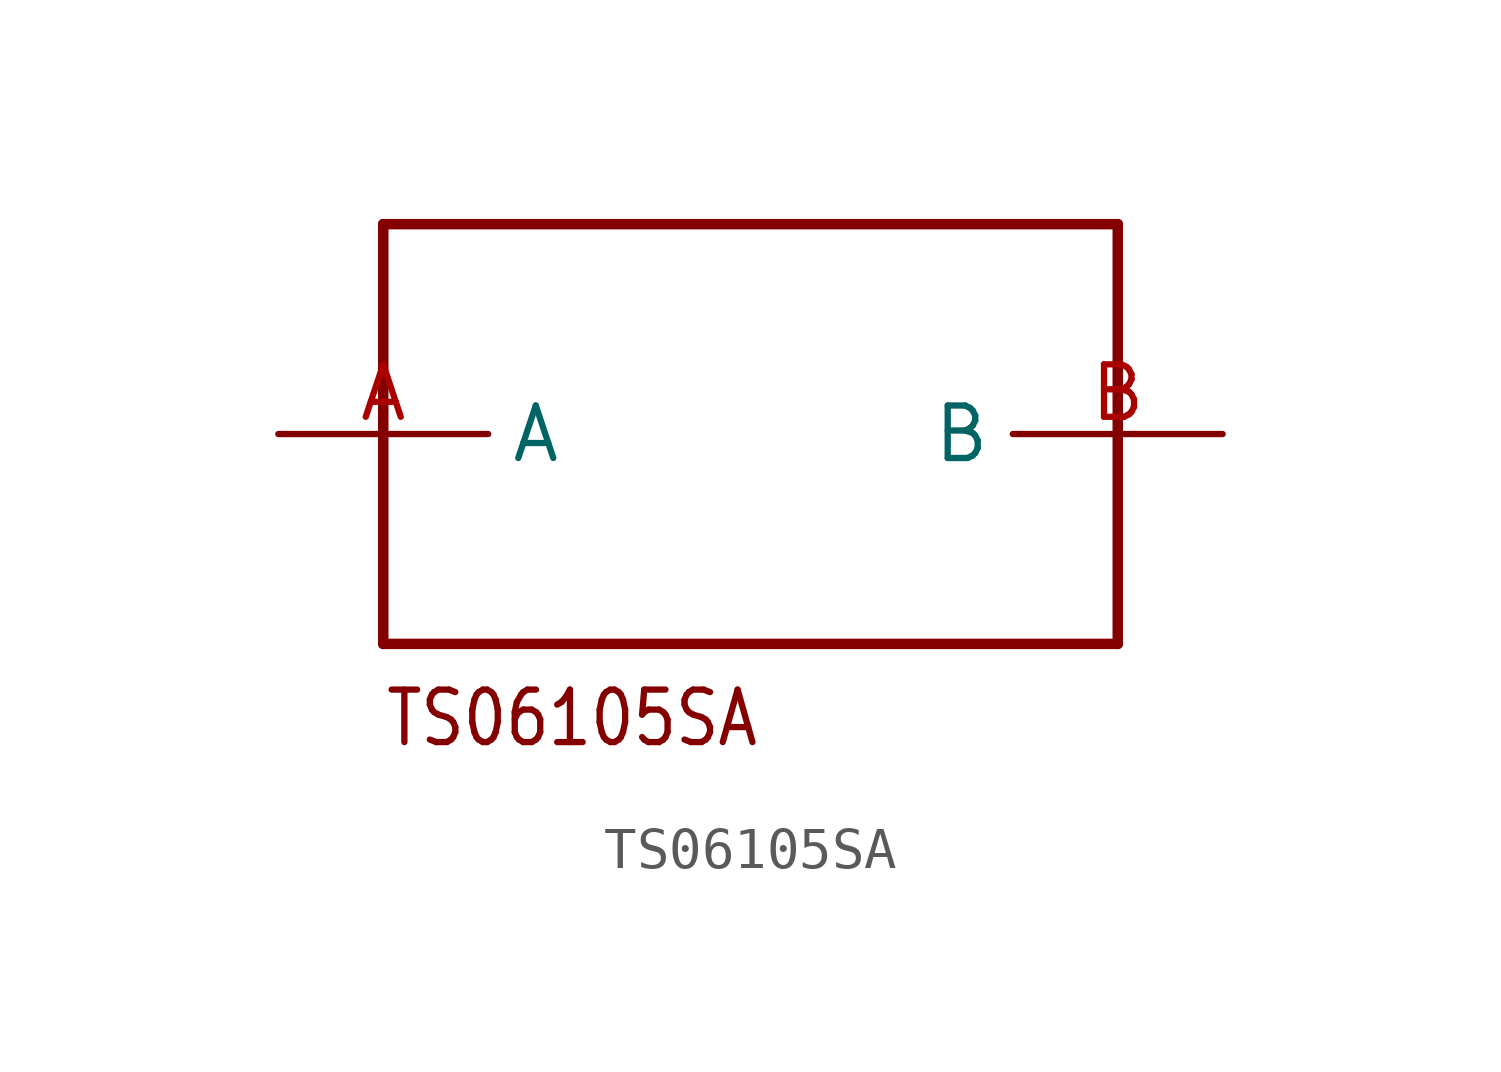
<source format=kicad_sym>
(kicad_symbol_lib
  (version 20231120)
  (generator "kicad_symbol_editor")
  (generator_version "8.0")
  (symbol "TS06105SA"
    (property "Reference" ""
      (at 0 0 0)
      (effects (font (size 1.27 1.27)) (hide yes)))
    (property "ki_locked" ""
      (at 0 0 0)
      (effects (font (size 1.27 1.27))))
    (symbol "TS06105SA_1_0"
      (polyline (pts (xy -7.62 -5.08) (xy 10.16 -5.08)) (stroke (width 0.254) (type solid)) (fill (type none)))
      (polyline (pts (xy -7.62 5.08) (xy -7.62 -5.08)) (stroke (width 0.254) (type solid)) (fill (type none)))
      (polyline (pts (xy 10.16 -5.08) (xy 10.16 5.08)) (stroke (width 0.254) (type solid)) (fill (type none)))
      (polyline (pts (xy 10.16 5.08) (xy -7.62 5.08)) (stroke (width 0.254) (type solid)) (fill (type none)))
      (text "TS06105SA" (at -7.62 -7.62 0) (effects (font (size 1.27 1.079)) (justify left bottom)))
      (pin bidirectional line (at -10.16 0 0) (length 5.08) (name "A" (effects (font (size 1.27 1.27)))) (number "A" (effects (font (size 1.27 1.27)))))
      (pin bidirectional line (at 12.7 0 180) (length 5.08) (name "B" (effects (font (size 1.27 1.27)))) (number "B" (effects (font (size 1.27 1.27))))))))
</source>
